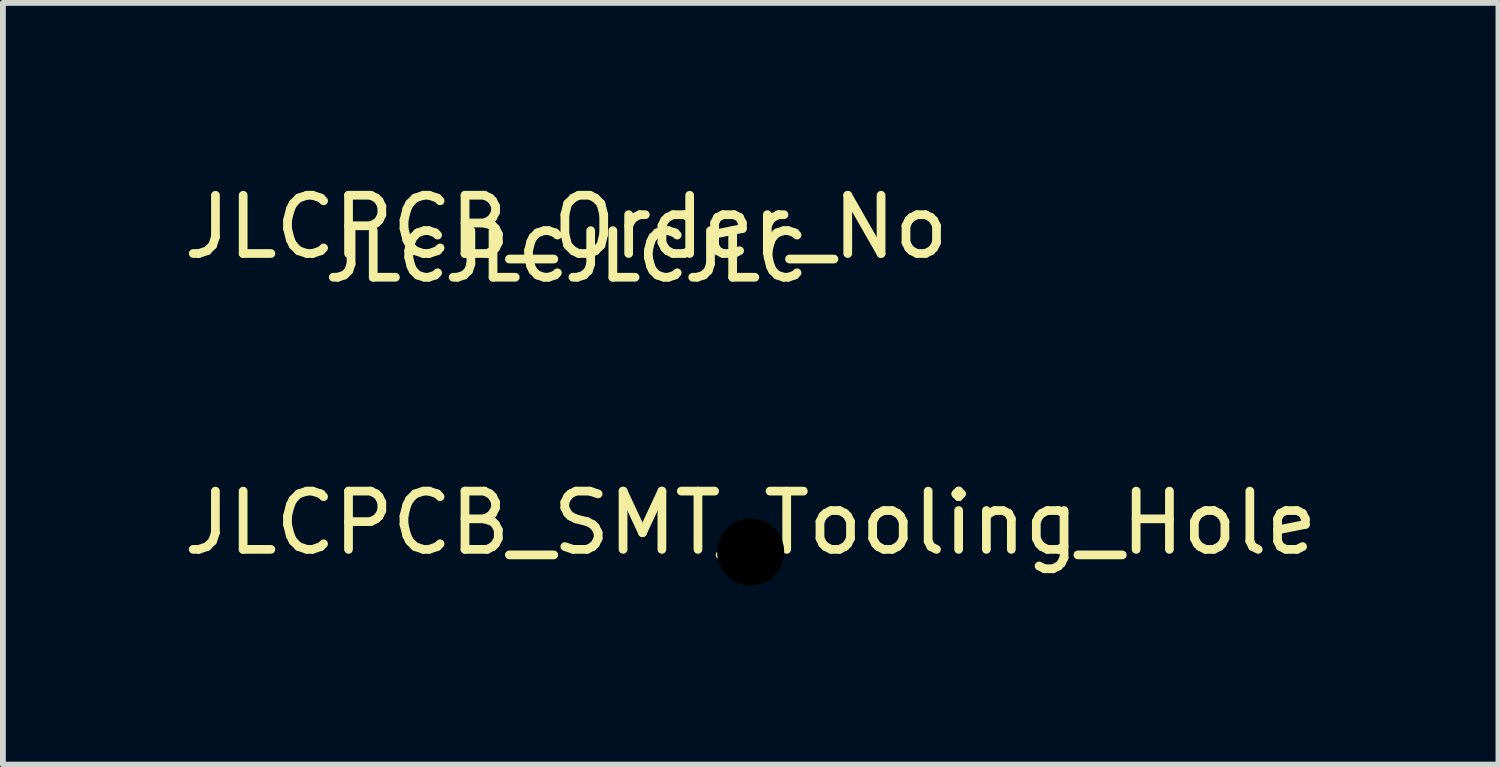
<source format=kicad_pcb>
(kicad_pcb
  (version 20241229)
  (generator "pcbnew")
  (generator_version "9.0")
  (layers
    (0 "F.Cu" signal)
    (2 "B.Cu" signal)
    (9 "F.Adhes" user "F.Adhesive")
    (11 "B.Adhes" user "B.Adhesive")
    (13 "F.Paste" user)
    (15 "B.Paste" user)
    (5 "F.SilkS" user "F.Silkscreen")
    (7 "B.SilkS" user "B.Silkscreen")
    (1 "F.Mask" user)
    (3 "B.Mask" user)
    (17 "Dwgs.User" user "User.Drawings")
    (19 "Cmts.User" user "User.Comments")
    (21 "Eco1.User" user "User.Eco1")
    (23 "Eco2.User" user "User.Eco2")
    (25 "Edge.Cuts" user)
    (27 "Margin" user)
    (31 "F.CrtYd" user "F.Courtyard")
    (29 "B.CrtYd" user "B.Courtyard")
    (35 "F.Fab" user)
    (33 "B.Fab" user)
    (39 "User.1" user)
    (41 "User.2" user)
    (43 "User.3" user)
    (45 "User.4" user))
  (footprint "JLCPCB_Order_No"
    (layer "F.Cu")
    (at 6.673 1.348)
    (property "Reference" "JLCPCB_Order_No" (at 0 -0.5 0) (unlocked yes) (layer "F.SilkS") (effects (font (size 1 1) (thickness 0.15))))
    (attr board_only exclude_from_pos_files exclude_from_bom)
    (fp_text user "JLCJLCJLCJLC" (at 0 0 0) (unlocked yes) (layer "F.SilkS") (effects (font (size 0.8 0.8) (thickness 0.15)))))
  (footprint "JLCPCB_SMT_Tooling_Hole"
    (layer "F.Cu")
    (at 9.839 6.428)
    (property "Reference" "JLCPCB_SMT_Tooling_Hole" (at 0 -0.5 0) (unlocked yes) (layer "F.SilkS") (effects (font (size 1 1) (thickness 0.15))))
    (attr board_only exclude_from_bom)
    (pad "" np_thru_hole circle (at 0 0) (size 1.3 1.3) (drill 1.152) (layers "*.Mask")))
  (gr_rect
    (start -3 -3)
    (end 22.679 10.078)
    (stroke (width 0.1) (type default))
    (fill no)
    (layer "Edge.Cuts")))
</source>
